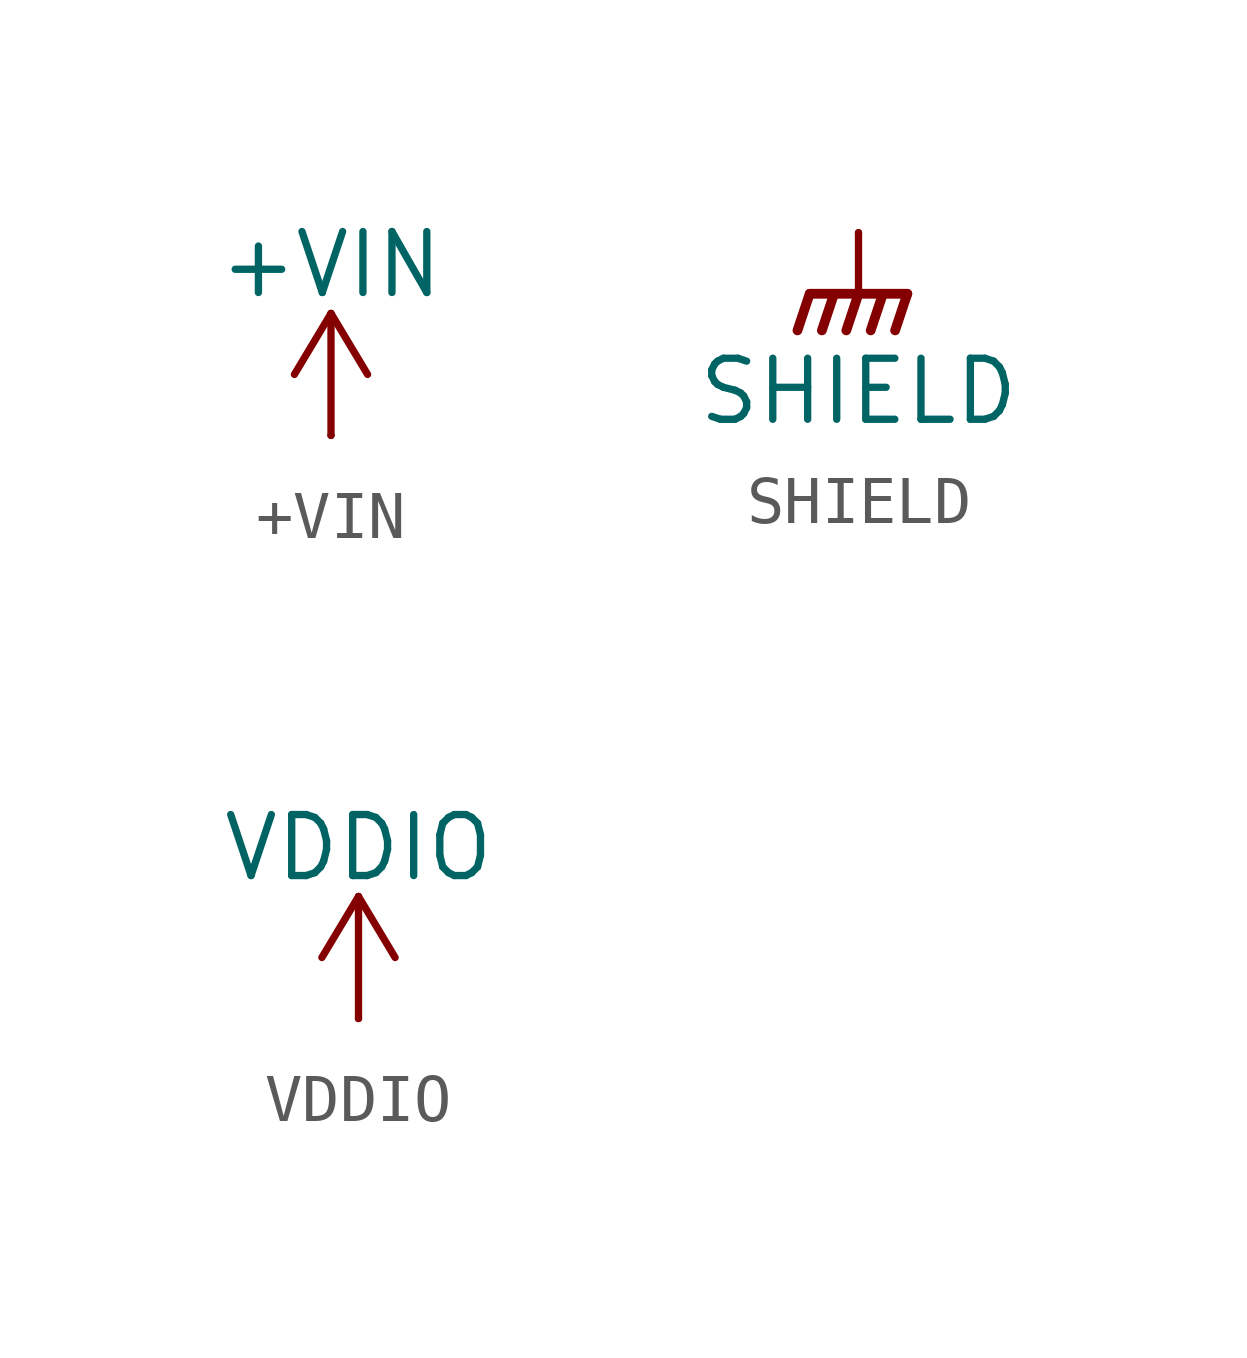
<source format=kicad_sym>
(kicad_symbol_lib
  (version 20241209)
  (generator "kicad_symbol_editor")
  (generator_version "9.0")
  (symbol "+VIN"
    (power)
    (pin_numbers
      (hide yes))
    (pin_names
      (offset 0)
      (hide yes))
    (property "Reference" "#PWR"
      (at 0 -3.81 0)
      (effects (font (size 1.27 1.27)) (hide yes)))
    (property "Value" "+VIN"
      (at 0 3.556 0)
      (effects (font (size 1.27 1.27))))
    (symbol "+VIN_0_1"
      (polyline (pts (xy -0.762 1.27) (xy 0 2.54)) (stroke (width 0) (type default)) (fill (type none)))
      (polyline (pts (xy 0 2.54) (xy 0.762 1.27)) (stroke (width 0) (type default)) (fill (type none)))
      (polyline (pts (xy 0 0) (xy 0 2.54)) (stroke (width 0) (type default)) (fill (type none))))
    (symbol "+VIN_1_1"
      (pin power_in line (at 0 0 90) (length 0) (name "~" (effects (font (size 1.27 1.27)))) (number "1" (effects (font (size 1.27 1.27)))))))
  (symbol "SHIELD"
    (power)
    (pin_numbers
      (hide yes))
    (pin_names
      (offset 0)
      (hide yes))
    (property "Reference" "#PWR"
      (at 0 -5.08 0)
      (effects (font (size 1.27 1.27)) (hide yes)))
    (property "Value" "SHIELD"
      (at 0 -3.302 0)
      (effects (font (size 1.27 1.27))))
    (symbol "SHIELD_0_1"
      (polyline (pts (xy -1.016 -1.27) (xy -1.27 -2.032) (xy -1.27 -2.032)) (stroke (width 0.203) (type default)) (fill (type none)))
      (polyline (pts (xy -0.508 -1.27) (xy -0.762 -2.032) (xy -0.762 -2.032)) (stroke (width 0.203) (type default)) (fill (type none)))
      (polyline (pts (xy 0 -1.27) (xy 0 0)) (stroke (width 0) (type default)) (fill (type none)))
      (polyline (pts (xy 0 -1.27) (xy -0.254 -2.032) (xy -0.254 -2.032)) (stroke (width 0.203) (type default)) (fill (type none)))
      (polyline (pts (xy 0.508 -1.27) (xy 0.254 -2.032) (xy 0.254 -2.032)) (stroke (width 0.203) (type default)) (fill (type none)))
      (polyline (pts (xy 1.016 -1.27) (xy -1.016 -1.27) (xy -1.016 -1.27)) (stroke (width 0.203) (type default)) (fill (type none)))
      (polyline (pts (xy 1.016 -1.27) (xy 0.762 -2.032) (xy 0.762 -2.032) (xy 0.762 -2.032)) (stroke (width 0.203) (type default)) (fill (type none))))
    (symbol "SHIELD_1_1"
      (pin power_in line (at 0 0 270) (length 0) (name "~" (effects (font (size 1.27 1.27)))) (number "1" (effects (font (size 1.27 1.27)))))))
  (symbol "VDDIO"
    (power)
    (pin_numbers
      (hide yes))
    (pin_names
      (offset 0)
      (hide yes))
    (property "Reference" "#PWR"
      (at 0 -3.81 0)
      (effects (font (size 1.27 1.27)) (hide yes)))
    (property "Value" "VDDIO"
      (at 0 3.556 0)
      (effects (font (size 1.27 1.27))))
    (symbol "VDDIO_0_1"
      (polyline (pts (xy -0.762 1.27) (xy 0 2.54)) (stroke (width 0) (type default)) (fill (type none)))
      (polyline (pts (xy 0 2.54) (xy 0.762 1.27)) (stroke (width 0) (type default)) (fill (type none)))
      (polyline (pts (xy 0 0) (xy 0 2.54)) (stroke (width 0) (type default)) (fill (type none))))
    (symbol "VDDIO_1_1"
      (pin power_in line (at 0 0 90) (length 0) (name "~" (effects (font (size 1.27 1.27)))) (number "1" (effects (font (size 1.27 1.27))))))))
</source>
